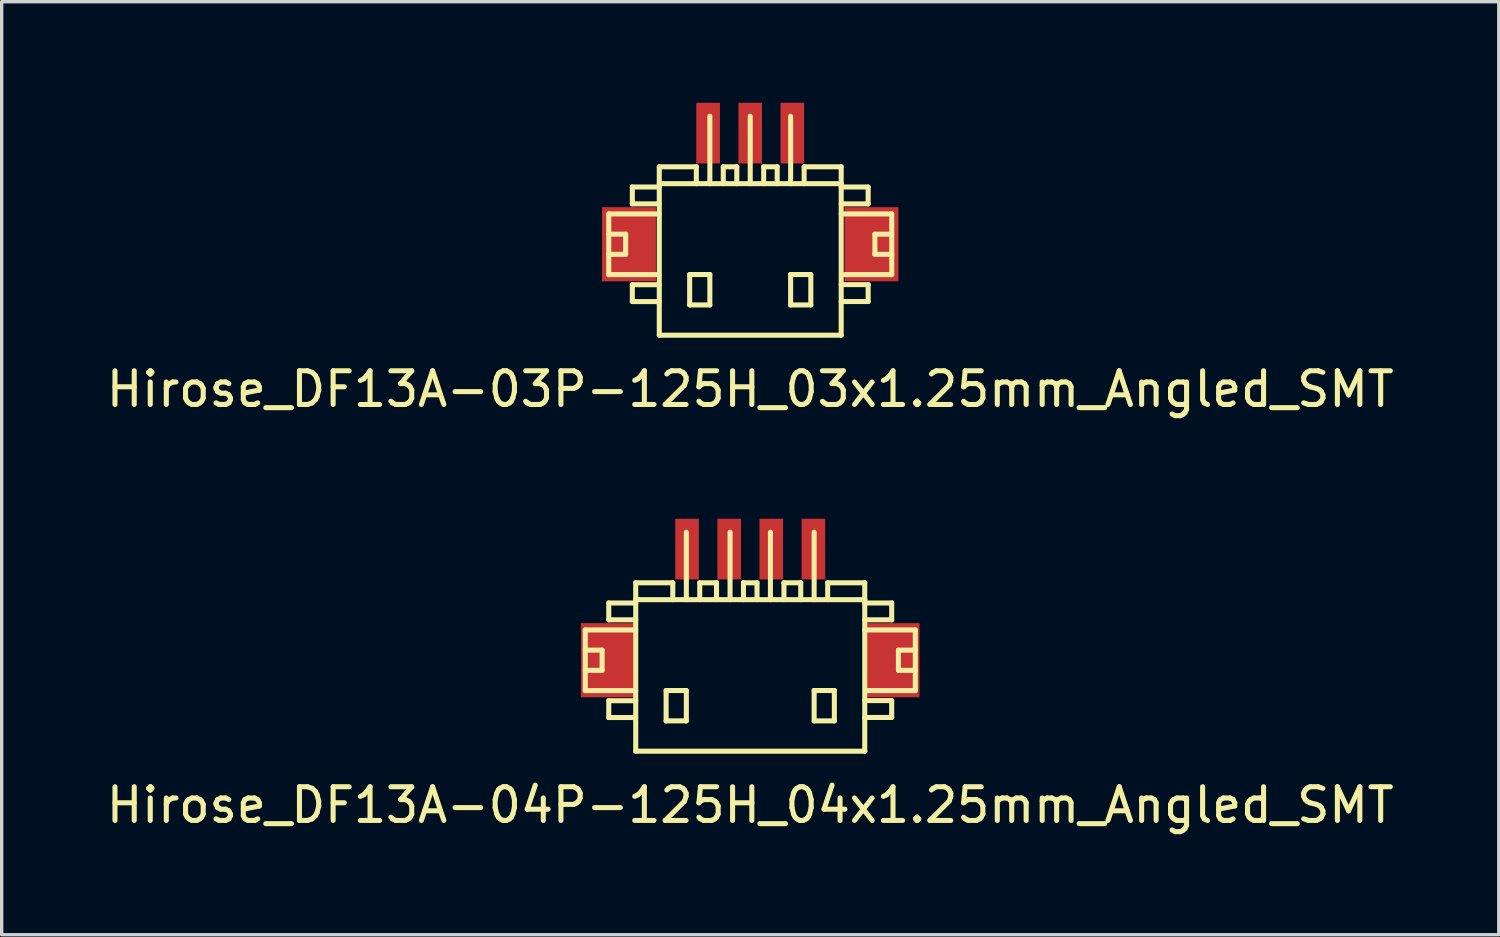
<source format=kicad_pcb>
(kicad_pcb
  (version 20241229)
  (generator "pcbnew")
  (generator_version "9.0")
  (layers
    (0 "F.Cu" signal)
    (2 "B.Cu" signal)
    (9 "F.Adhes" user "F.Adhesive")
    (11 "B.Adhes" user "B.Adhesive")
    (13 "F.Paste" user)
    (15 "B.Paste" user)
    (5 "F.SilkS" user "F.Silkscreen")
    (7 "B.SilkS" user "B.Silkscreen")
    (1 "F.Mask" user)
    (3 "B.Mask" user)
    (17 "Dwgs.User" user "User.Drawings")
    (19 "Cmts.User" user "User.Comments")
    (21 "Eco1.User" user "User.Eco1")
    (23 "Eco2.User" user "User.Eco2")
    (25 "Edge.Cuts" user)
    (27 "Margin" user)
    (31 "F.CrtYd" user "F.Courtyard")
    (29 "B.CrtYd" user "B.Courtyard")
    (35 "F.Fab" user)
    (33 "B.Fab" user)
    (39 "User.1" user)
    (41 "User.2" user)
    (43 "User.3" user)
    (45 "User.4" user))
  (footprint "Hirose_DF13A-03P-125H_03x1.25mm_Angled_SMT"
    (layer "F.Cu")
    (at 19.22 4.401)
    (property "Reference" "Hirose_DF13A-03P-125H_03x1.25mm_Angled_SMT" (at 0 4.1 0) (layer "F.SilkS") (effects (font (size 1 1) (thickness 0.15))))
    (attr smd)
    (fp_line (start -4.199 -1.1) (end -4.199 0.701) (stroke (width 0.15) (type solid)) (layer "F.SilkS"))
    (fp_line (start -4.199 0.701) (end -2.7 0.701) (stroke (width 0.15) (type solid)) (layer "F.SilkS"))
    (fp_line (start -3.698 -0.5) (end -4.199 -0.5) (stroke (width 0.15) (type solid)) (layer "F.SilkS"))
    (fp_line (start -3.698 0.099) (end -4.199 0.099) (stroke (width 0.15) (type solid)) (layer "F.SilkS"))
    (fp_line (start -3.698 0.099) (end -3.698 -0.5) (stroke (width 0.15) (type solid)) (layer "F.SilkS"))
    (fp_line (start -3.5 -1.9) (end -3.5 -1.4) (stroke (width 0.15) (type solid)) (layer "F.SilkS"))
    (fp_line (start -3.5 -1.9) (end -2.7 -1.9) (stroke (width 0.15) (type solid)) (layer "F.SilkS"))
    (fp_line (start -3.5 1.001) (end -3.5 1.501) (stroke (width 0.15) (type solid)) (layer "F.SilkS"))
    (fp_line (start -3.5 1.501) (end -2.7 1.501) (stroke (width 0.15) (type solid)) (layer "F.SilkS"))
    (fp_line (start -2.7 -1.999) (end 2.7 -1.999) (stroke (width 0.15) (type solid)) (layer "F.SilkS"))
    (fp_line (start -2.7 -1.4) (end -3.5 -1.4) (stroke (width 0.15) (type solid)) (layer "F.SilkS"))
    (fp_line (start -2.7 -1.1) (end -4.199 -1.1) (stroke (width 0.15) (type solid)) (layer "F.SilkS"))
    (fp_line (start -2.7 1.001) (end -3.5 1.001) (stroke (width 0.15) (type solid)) (layer "F.SilkS"))
    (fp_line (start -2.7 2.499) (end -2.7 -2.499) (stroke (width 0.15) (type solid)) (layer "F.SilkS"))
    (fp_line (start -2.7 2.499) (end 2.7 2.499) (stroke (width 0.15) (type solid)) (layer "F.SilkS"))
    (fp_line (start -1.798 0.699) (end -1.798 1.6) (stroke (width 0.15) (type solid)) (layer "F.SilkS"))
    (fp_line (start -1.798 1.6) (end -1.199 1.6) (stroke (width 0.15) (type solid)) (layer "F.SilkS"))
    (fp_line (start -1.6 -2.499) (end -2.7 -2.499) (stroke (width 0.15) (type solid)) (layer "F.SilkS"))
    (fp_line (start -1.6 -2.499) (end -1.6 -1.999) (stroke (width 0.15) (type solid)) (layer "F.SilkS"))
    (fp_line (start -1.199 -4) (end -1.199 -1.999) (stroke (width 0.15) (type solid)) (layer "F.SilkS"))
    (fp_line (start -1.199 0.699) (end -1.798 0.699) (stroke (width 0.15) (type solid)) (layer "F.SilkS"))
    (fp_line (start -1.199 1.6) (end -1.199 0.699) (stroke (width 0.15) (type solid)) (layer "F.SilkS"))
    (fp_line (start -0.8 -2.499) (end -0.399 -2.499) (stroke (width 0.15) (type solid)) (layer "F.SilkS"))
    (fp_line (start -0.8 -1.999) (end -0.8 -2.499) (stroke (width 0.15) (type solid)) (layer "F.SilkS"))
    (fp_line (start -0.399 -2.499) (end -0.399 -1.999) (stroke (width 0.15) (type solid)) (layer "F.SilkS"))
    (fp_line (start 0 -1.999) (end 0 -4) (stroke (width 0.15) (type solid)) (layer "F.SilkS"))
    (fp_line (start 0.399 -2.499) (end 0.399 -1.999) (stroke (width 0.15) (type solid)) (layer "F.SilkS"))
    (fp_line (start 0.8 -2.499) (end 0.399 -2.499) (stroke (width 0.15) (type solid)) (layer "F.SilkS"))
    (fp_line (start 0.8 -2.499) (end 0.8 -1.999) (stroke (width 0.15) (type solid)) (layer "F.SilkS"))
    (fp_line (start 1.199 -1.999) (end 1.199 -4) (stroke (width 0.15) (type solid)) (layer "F.SilkS"))
    (fp_line (start 1.199 0.699) (end 1.798 0.699) (stroke (width 0.15) (type solid)) (layer "F.SilkS"))
    (fp_line (start 1.199 1.6) (end 1.199 0.699) (stroke (width 0.15) (type solid)) (layer "F.SilkS"))
    (fp_line (start 1.6 -2.499) (end 1.6 -1.999) (stroke (width 0.15) (type solid)) (layer "F.SilkS"))
    (fp_line (start 1.798 0.699) (end 1.798 1.6) (stroke (width 0.15) (type solid)) (layer "F.SilkS"))
    (fp_line (start 1.798 1.6) (end 1.199 1.6) (stroke (width 0.15) (type solid)) (layer "F.SilkS"))
    (fp_line (start 2.7 -2.499) (end 1.6 -2.499) (stroke (width 0.15) (type solid)) (layer "F.SilkS"))
    (fp_line (start 2.7 -2.499) (end 2.7 2.499) (stroke (width 0.15) (type solid)) (layer "F.SilkS"))
    (fp_line (start 2.7 -1.9) (end 3.5 -1.9) (stroke (width 0.15) (type solid)) (layer "F.SilkS"))
    (fp_line (start 2.7 0.998) (end 3.5 0.998) (stroke (width 0.15) (type solid)) (layer "F.SilkS"))
    (fp_line (start 3.5 -1.9) (end 3.5 -1.4) (stroke (width 0.15) (type solid)) (layer "F.SilkS"))
    (fp_line (start 3.5 -1.4) (end 2.7 -1.4) (stroke (width 0.15) (type solid)) (layer "F.SilkS"))
    (fp_line (start 3.5 0.998) (end 3.5 1.499) (stroke (width 0.15) (type solid)) (layer "F.SilkS"))
    (fp_line (start 3.5 1.499) (end 2.7 1.499) (stroke (width 0.15) (type solid)) (layer "F.SilkS"))
    (fp_line (start 3.701 0.099) (end 3.701 -0.5) (stroke (width 0.15) (type solid)) (layer "F.SilkS"))
    (fp_line (start 4.199 -1.1) (end 2.7 -1.1) (stroke (width 0.15) (type solid)) (layer "F.SilkS"))
    (fp_line (start 4.199 0.701) (end 2.799 0.701) (stroke (width 0.15) (type solid)) (layer "F.SilkS"))
    (fp_line (start 4.201 -1.1) (end 4.201 0.701) (stroke (width 0.15) (type solid)) (layer "F.SilkS"))
    (fp_line (start 4.201 -0.5) (end 3.701 -0.5) (stroke (width 0.15) (type solid)) (layer "F.SilkS"))
    (fp_line (start 4.201 0.099) (end 3.701 0.099) (stroke (width 0.15) (type solid)) (layer "F.SilkS"))
    (pad "" smd rect (at -3.599 -0.201) (size 1.6 2.2) (layers "F.Cu" "F.Mask" "F.Paste"))
    (pad "" smd rect (at 3.599 -0.201) (size 1.6 2.2) (layers "F.Cu" "F.Mask" "F.Paste"))
    (pad "1" smd rect (at 1.25 -3.5) (size 0.701 1.801) (layers "F.Cu" "F.Mask" "F.Paste"))
    (pad "2" smd rect (at 0 -3.5) (size 0.701 1.801) (layers "F.Cu" "F.Mask" "F.Paste"))
    (pad "3" smd rect (at -1.25 -3.5) (size 0.701 1.801) (layers "F.Cu" "F.Mask" "F.Paste")))
  (footprint "Hirose_DF13A-04P-125H_04x1.25mm_Angled_SMT"
    (layer "F.Cu")
    (at 19.22 16.749)
    (property "Reference" "Hirose_DF13A-04P-125H_04x1.25mm_Angled_SMT" (at 0 4.1 0) (layer "F.SilkS") (effects (font (size 1 1) (thickness 0.15))))
    (attr smd)
    (fp_line (start -4.897 -1.1) (end -4.897 0.701) (stroke (width 0.15) (type solid)) (layer "F.SilkS"))
    (fp_line (start -4.897 0.701) (end -3.399 0.701) (stroke (width 0.15) (type solid)) (layer "F.SilkS"))
    (fp_line (start -4.397 -0.5) (end -4.897 -0.5) (stroke (width 0.15) (type solid)) (layer "F.SilkS"))
    (fp_line (start -4.397 0.099) (end -4.897 0.099) (stroke (width 0.15) (type solid)) (layer "F.SilkS"))
    (fp_line (start -4.397 0.099) (end -4.397 -0.5) (stroke (width 0.15) (type solid)) (layer "F.SilkS"))
    (fp_line (start -4.199 -1.9) (end -4.199 -1.4) (stroke (width 0.15) (type solid)) (layer "F.SilkS"))
    (fp_line (start -4.199 -1.9) (end -3.399 -1.9) (stroke (width 0.15) (type solid)) (layer "F.SilkS"))
    (fp_line (start -4.199 1.001) (end -4.199 1.501) (stroke (width 0.15) (type solid)) (layer "F.SilkS"))
    (fp_line (start -4.199 1.501) (end -3.399 1.501) (stroke (width 0.15) (type solid)) (layer "F.SilkS"))
    (fp_line (start -3.401 -1.999) (end 3.401 -1.999) (stroke (width 0.15) (type solid)) (layer "F.SilkS"))
    (fp_line (start -3.401 2.499) (end 3.401 2.499) (stroke (width 0.15) (type solid)) (layer "F.SilkS"))
    (fp_line (start -3.399 -1.4) (end -4.199 -1.4) (stroke (width 0.15) (type solid)) (layer "F.SilkS"))
    (fp_line (start -3.399 -1.1) (end -4.897 -1.1) (stroke (width 0.15) (type solid)) (layer "F.SilkS"))
    (fp_line (start -3.399 1.001) (end -4.199 1.001) (stroke (width 0.15) (type solid)) (layer "F.SilkS"))
    (fp_line (start -3.399 2.499) (end -3.399 -2.499) (stroke (width 0.15) (type solid)) (layer "F.SilkS"))
    (fp_line (start -2.497 0.699) (end -2.497 1.6) (stroke (width 0.15) (type solid)) (layer "F.SilkS"))
    (fp_line (start -2.497 1.6) (end -1.897 1.6) (stroke (width 0.15) (type solid)) (layer "F.SilkS"))
    (fp_line (start -2.299 -2.499) (end -3.399 -2.499) (stroke (width 0.15) (type solid)) (layer "F.SilkS"))
    (fp_line (start -2.299 -2.499) (end -2.299 -1.999) (stroke (width 0.15) (type solid)) (layer "F.SilkS"))
    (fp_line (start -1.897 -4) (end -1.897 -1.999) (stroke (width 0.15) (type solid)) (layer "F.SilkS"))
    (fp_line (start -1.897 0.699) (end -2.497 0.699) (stroke (width 0.15) (type solid)) (layer "F.SilkS"))
    (fp_line (start -1.897 1.6) (end -1.897 0.699) (stroke (width 0.15) (type solid)) (layer "F.SilkS"))
    (fp_line (start -1.501 -2.499) (end -1.001 -2.499) (stroke (width 0.15) (type solid)) (layer "F.SilkS"))
    (fp_line (start -1.499 -1.999) (end -1.499 -2.499) (stroke (width 0.15) (type solid)) (layer "F.SilkS"))
    (fp_line (start -1.001 -2.499) (end -1.001 -1.999) (stroke (width 0.15) (type solid)) (layer "F.SilkS"))
    (fp_line (start -0.599 -1.999) (end -0.599 -4) (stroke (width 0.15) (type solid)) (layer "F.SilkS"))
    (fp_line (start -0.201 -2.499) (end -0.201 -1.999) (stroke (width 0.15) (type solid)) (layer "F.SilkS"))
    (fp_line (start 0.201 -2.499) (end -0.201 -2.499) (stroke (width 0.15) (type solid)) (layer "F.SilkS"))
    (fp_line (start 0.201 -2.499) (end 0.201 -1.999) (stroke (width 0.15) (type solid)) (layer "F.SilkS"))
    (fp_line (start 0.599 -1.999) (end 0.599 -4) (stroke (width 0.15) (type solid)) (layer "F.SilkS"))
    (fp_line (start 0.998 -2.499) (end 1.499 -2.499) (stroke (width 0.15) (type solid)) (layer "F.SilkS"))
    (fp_line (start 1.001 -1.999) (end 1.001 -2.499) (stroke (width 0.15) (type solid)) (layer "F.SilkS"))
    (fp_line (start 1.499 -2.499) (end 1.499 -1.999) (stroke (width 0.15) (type solid)) (layer "F.SilkS"))
    (fp_line (start 1.897 -1.999) (end 1.897 -4) (stroke (width 0.15) (type solid)) (layer "F.SilkS"))
    (fp_line (start 1.897 0.699) (end 2.497 0.699) (stroke (width 0.15) (type solid)) (layer "F.SilkS"))
    (fp_line (start 1.897 1.6) (end 1.897 0.699) (stroke (width 0.15) (type solid)) (layer "F.SilkS"))
    (fp_line (start 2.299 -2.499) (end 2.299 -1.999) (stroke (width 0.15) (type solid)) (layer "F.SilkS"))
    (fp_line (start 2.497 0.699) (end 2.497 1.6) (stroke (width 0.15) (type solid)) (layer "F.SilkS"))
    (fp_line (start 2.497 1.6) (end 1.897 1.6) (stroke (width 0.15) (type solid)) (layer "F.SilkS"))
    (fp_line (start 3.399 -2.499) (end 2.299 -2.499) (stroke (width 0.15) (type solid)) (layer "F.SilkS"))
    (fp_line (start 3.399 -2.499) (end 3.399 2.499) (stroke (width 0.15) (type solid)) (layer "F.SilkS"))
    (fp_line (start 3.399 -1.9) (end 4.199 -1.9) (stroke (width 0.15) (type solid)) (layer "F.SilkS"))
    (fp_line (start 3.399 0.998) (end 4.199 0.998) (stroke (width 0.15) (type solid)) (layer "F.SilkS"))
    (fp_line (start 4.199 -1.9) (end 4.199 -1.4) (stroke (width 0.15) (type solid)) (layer "F.SilkS"))
    (fp_line (start 4.199 -1.4) (end 3.399 -1.4) (stroke (width 0.15) (type solid)) (layer "F.SilkS"))
    (fp_line (start 4.199 0.998) (end 4.199 1.499) (stroke (width 0.15) (type solid)) (layer "F.SilkS"))
    (fp_line (start 4.199 1.499) (end 3.399 1.499) (stroke (width 0.15) (type solid)) (layer "F.SilkS"))
    (fp_line (start 4.399 0.099) (end 4.399 -0.5) (stroke (width 0.15) (type solid)) (layer "F.SilkS"))
    (fp_line (start 4.897 -1.1) (end 3.399 -1.1) (stroke (width 0.15) (type solid)) (layer "F.SilkS"))
    (fp_line (start 4.897 0.701) (end 3.498 0.701) (stroke (width 0.15) (type solid)) (layer "F.SilkS"))
    (fp_line (start 4.9 -1.1) (end 4.9 0.701) (stroke (width 0.15) (type solid)) (layer "F.SilkS"))
    (fp_line (start 4.9 -0.5) (end 4.399 -0.5) (stroke (width 0.15) (type solid)) (layer "F.SilkS"))
    (fp_line (start 4.9 0.099) (end 4.399 0.099) (stroke (width 0.15) (type solid)) (layer "F.SilkS"))
    (pad "" smd rect (at -4.224 -0.201) (size 1.6 2.2) (layers "F.Cu" "F.Mask" "F.Paste"))
    (pad "" smd rect (at 4.224 -0.201) (size 1.6 2.2) (layers "F.Cu" "F.Mask" "F.Paste"))
    (pad "1" smd rect (at 1.875 -3.5) (size 0.701 1.801) (layers "F.Cu" "F.Mask" "F.Paste"))
    (pad "2" smd rect (at 0.625 -3.5) (size 0.701 1.801) (layers "F.Cu" "F.Mask" "F.Paste"))
    (pad "3" smd rect (at -0.625 -3.5) (size 0.701 1.801) (layers "F.Cu" "F.Mask" "F.Paste"))
    (pad "4" smd rect (at -1.875 -3.5) (size 0.701 1.801) (layers "F.Cu" "F.Mask" "F.Paste")))
  (gr_rect
    (start -3 -3)
    (end 41.44 24.697)
    (stroke (width 0.1) (type default))
    (fill no)
    (layer "Edge.Cuts")))
</source>
